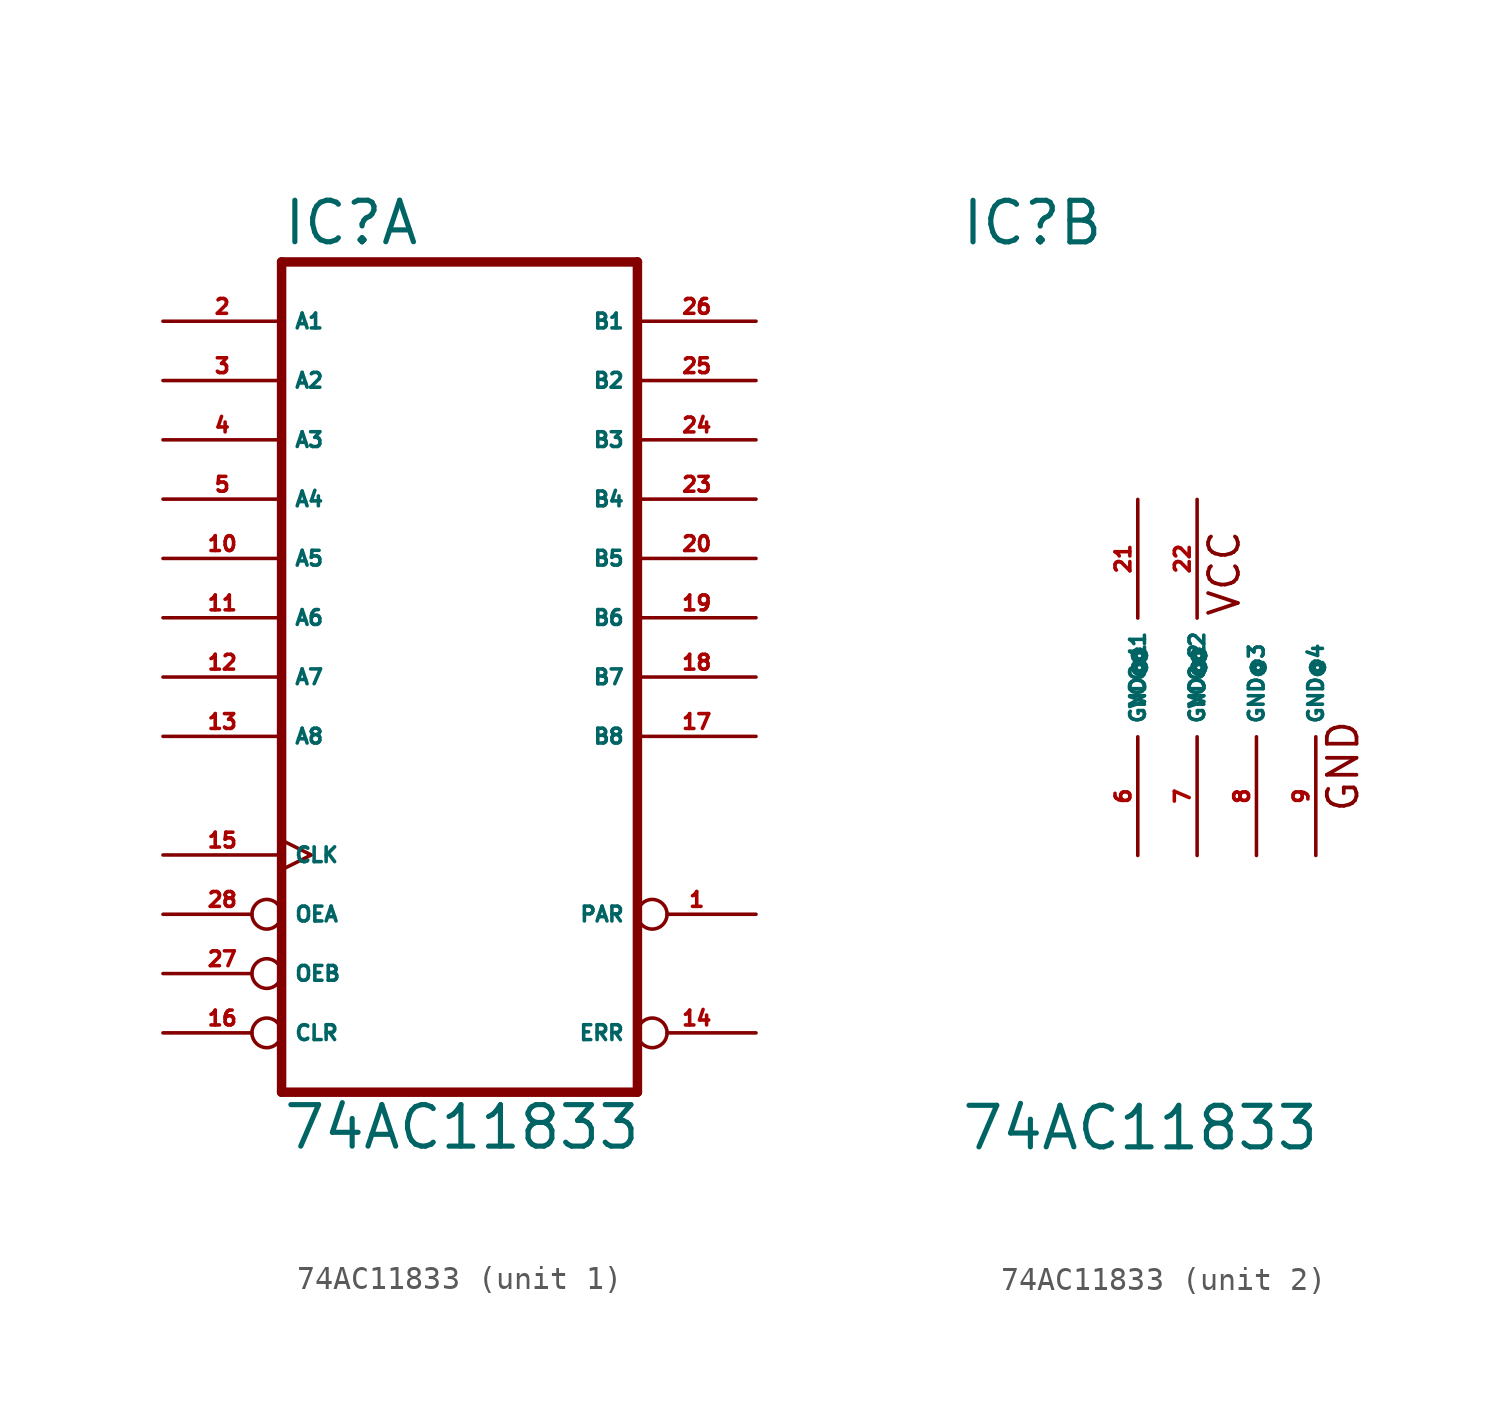
<source format=kicad_sym>
(kicad_symbol_lib
  (version 20220914)
  (generator Eagle2Kicad)
  (symbol "74AC11833"
    (property "Reference" "IC"
      (at -7.62 18.415 0)
      (effects (font (size 1.778 1.778) (thickness 0.22)) (justify left bottom)))
    (property "Value" "74AC11833"
      (at -7.62 -20.32 0)
      (effects (font (size 1.778 1.778) (thickness 0.22)) (justify left bottom)))
    (symbol "74AC11833_1_0"
      (polyline (pts (xy -7.62 -17.78) (xy 7.62 -17.78)) (stroke (width 0.406) (type default)) (fill (type none)))
      (polyline (pts (xy 7.62 -17.78) (xy 7.62 17.78)) (stroke (width 0.406) (type default)) (fill (type none)))
      (polyline (pts (xy 7.62 17.78) (xy -7.62 17.78)) (stroke (width 0.406) (type default)) (fill (type none)))
      (polyline (pts (xy -7.62 17.78) (xy -7.62 -17.78)) (stroke (width 0.406) (type default)) (fill (type none)))
      (pin bidirectional inverted (at 12.7 -10.16 180) (length 5.08) (name "PAR" (effects (font (size 0.635 0.635) (thickness 0.08)) (justify left bottom))) (number "1" (effects (font (size 0.635 0.635) (thickness 0.08)) (justify left bottom))))
      (pin bidirectional line (at -12.7 15.24 0) (length 5.08) (name "A1" (effects (font (size 0.635 0.635) (thickness 0.08)) (justify left bottom))) (number "2" (effects (font (size 0.635 0.635) (thickness 0.08)) (justify left bottom))))
      (pin bidirectional line (at -12.7 12.7 0) (length 5.08) (name "A2" (effects (font (size 0.635 0.635) (thickness 0.08)) (justify left bottom))) (number "3" (effects (font (size 0.635 0.635) (thickness 0.08)) (justify left bottom))))
      (pin bidirectional line (at -12.7 10.16 0) (length 5.08) (name "A3" (effects (font (size 0.635 0.635) (thickness 0.08)) (justify left bottom))) (number "4" (effects (font (size 0.635 0.635) (thickness 0.08)) (justify left bottom))))
      (pin bidirectional line (at -12.7 7.62 0) (length 5.08) (name "A4" (effects (font (size 0.635 0.635) (thickness 0.08)) (justify left bottom))) (number "5" (effects (font (size 0.635 0.635) (thickness 0.08)) (justify left bottom))))
      (pin bidirectional line (at -12.7 5.08 0) (length 5.08) (name "A5" (effects (font (size 0.635 0.635) (thickness 0.08)) (justify left bottom))) (number "10" (effects (font (size 0.635 0.635) (thickness 0.08)) (justify left bottom))))
      (pin bidirectional line (at -12.7 2.54 0) (length 5.08) (name "A6" (effects (font (size 0.635 0.635) (thickness 0.08)) (justify left bottom))) (number "11" (effects (font (size 0.635 0.635) (thickness 0.08)) (justify left bottom))))
      (pin bidirectional line (at -12.7 0 0) (length 5.08) (name "A7" (effects (font (size 0.635 0.635) (thickness 0.08)) (justify left bottom))) (number "12" (effects (font (size 0.635 0.635) (thickness 0.08)) (justify left bottom))))
      (pin bidirectional line (at -12.7 -2.54 0) (length 5.08) (name "A8" (effects (font (size 0.635 0.635) (thickness 0.08)) (justify left bottom))) (number "13" (effects (font (size 0.635 0.635) (thickness 0.08)) (justify left bottom))))
      (pin bidirectional inverted (at 12.7 -15.24 180) (length 5.08) (name "ERR" (effects (font (size 0.635 0.635) (thickness 0.08)) (justify left bottom))) (number "14" (effects (font (size 0.635 0.635) (thickness 0.08)) (justify left bottom))))
      (pin input clock (at -12.7 -7.62 0) (length 5.08) (name "CLK" (effects (font (size 0.635 0.635) (thickness 0.08)) (justify left bottom))) (number "15" (effects (font (size 0.635 0.635) (thickness 0.08)) (justify left bottom))))
      (pin input inverted (at -12.7 -15.24 0) (length 5.08) (name "CLR" (effects (font (size 0.635 0.635) (thickness 0.08)) (justify left bottom))) (number "16" (effects (font (size 0.635 0.635) (thickness 0.08)) (justify left bottom))))
      (pin bidirectional line (at 12.7 -2.54 180) (length 5.08) (name "B8" (effects (font (size 0.635 0.635) (thickness 0.08)) (justify left bottom))) (number "17" (effects (font (size 0.635 0.635) (thickness 0.08)) (justify left bottom))))
      (pin bidirectional line (at 12.7 0 180) (length 5.08) (name "B7" (effects (font (size 0.635 0.635) (thickness 0.08)) (justify left bottom))) (number "18" (effects (font (size 0.635 0.635) (thickness 0.08)) (justify left bottom))))
      (pin bidirectional line (at 12.7 2.54 180) (length 5.08) (name "B6" (effects (font (size 0.635 0.635) (thickness 0.08)) (justify left bottom))) (number "19" (effects (font (size 0.635 0.635) (thickness 0.08)) (justify left bottom))))
      (pin bidirectional line (at 12.7 5.08 180) (length 5.08) (name "B5" (effects (font (size 0.635 0.635) (thickness 0.08)) (justify left bottom))) (number "20" (effects (font (size 0.635 0.635) (thickness 0.08)) (justify left bottom))))
      (pin bidirectional line (at 12.7 7.62 180) (length 5.08) (name "B4" (effects (font (size 0.635 0.635) (thickness 0.08)) (justify left bottom))) (number "23" (effects (font (size 0.635 0.635) (thickness 0.08)) (justify left bottom))))
      (pin bidirectional line (at 12.7 10.16 180) (length 5.08) (name "B3" (effects (font (size 0.635 0.635) (thickness 0.08)) (justify left bottom))) (number "24" (effects (font (size 0.635 0.635) (thickness 0.08)) (justify left bottom))))
      (pin bidirectional line (at 12.7 12.7 180) (length 5.08) (name "B2" (effects (font (size 0.635 0.635) (thickness 0.08)) (justify left bottom))) (number "25" (effects (font (size 0.635 0.635) (thickness 0.08)) (justify left bottom))))
      (pin bidirectional line (at 12.7 15.24 180) (length 5.08) (name "B1" (effects (font (size 0.635 0.635) (thickness 0.08)) (justify left bottom))) (number "26" (effects (font (size 0.635 0.635) (thickness 0.08)) (justify left bottom))))
      (pin input inverted (at -12.7 -12.7 0) (length 5.08) (name "OEB" (effects (font (size 0.635 0.635) (thickness 0.08)) (justify left bottom))) (number "27" (effects (font (size 0.635 0.635) (thickness 0.08)) (justify left bottom))))
      (pin input inverted (at -12.7 -10.16 0) (length 5.08) (name "OEA" (effects (font (size 0.635 0.635) (thickness 0.08)) (justify left bottom))) (number "28" (effects (font (size 0.635 0.635) (thickness 0.08)) (justify left bottom)))))
    (symbol "74AC11833_2_0"
      (text "VCC" (at 4.445 2.54 900) (effects (font (size 1.27 1.27) (thickness 0.16)) (justify left bottom)))
      (text "GND" (at 9.525 -5.842 900) (effects (font (size 1.27 1.27) (thickness 0.16)) (justify left bottom)))
      (pin unspecified line (at 0 -7.62 90) (length 5.08) (name "GND@1" (effects (font (size 0.635 0.635) (thickness 0.08)) (justify left bottom))) (number "6" (effects (font (size 0.635 0.635) (thickness 0.08)) (justify left bottom))))
      (pin unspecified line (at 2.54 -7.62 90) (length 5.08) (name "GND@2" (effects (font (size 0.635 0.635) (thickness 0.08)) (justify left bottom))) (number "7" (effects (font (size 0.635 0.635) (thickness 0.08)) (justify left bottom))))
      (pin unspecified line (at 5.08 -7.62 90) (length 5.08) (name "GND@3" (effects (font (size 0.635 0.635) (thickness 0.08)) (justify left bottom))) (number "8" (effects (font (size 0.635 0.635) (thickness 0.08)) (justify left bottom))))
      (pin unspecified line (at 7.62 -7.62 90) (length 5.08) (name "GND@4" (effects (font (size 0.635 0.635) (thickness 0.08)) (justify left bottom))) (number "9" (effects (font (size 0.635 0.635) (thickness 0.08)) (justify left bottom))))
      (pin unspecified line (at 0 7.62 270) (length 5.08) (name "VCC@1" (effects (font (size 0.635 0.635) (thickness 0.08)) (justify left bottom))) (number "21" (effects (font (size 0.635 0.635) (thickness 0.08)) (justify left bottom))))
      (pin unspecified line (at 2.54 7.62 270) (length 5.08) (name "VCC@2" (effects (font (size 0.635 0.635) (thickness 0.08)) (justify left bottom))) (number "22" (effects (font (size 0.635 0.635) (thickness 0.08)) (justify left bottom)))))))
</source>
